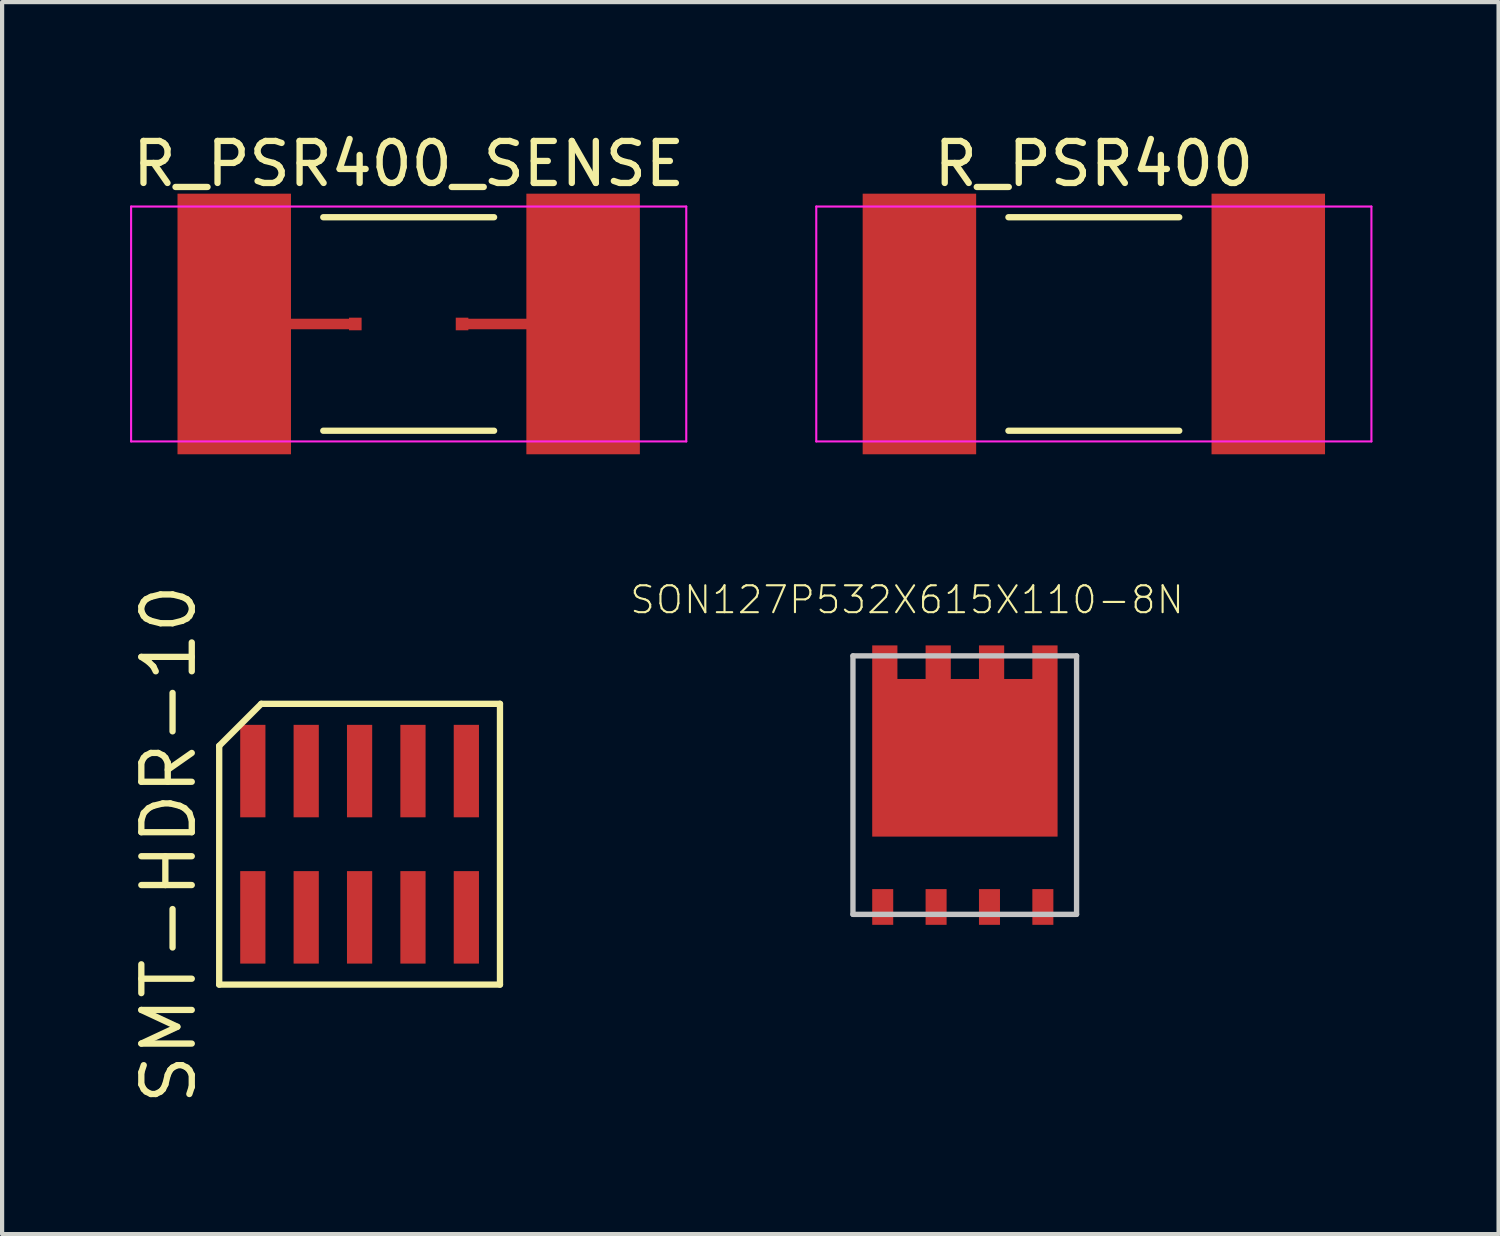
<source format=kicad_pcb>
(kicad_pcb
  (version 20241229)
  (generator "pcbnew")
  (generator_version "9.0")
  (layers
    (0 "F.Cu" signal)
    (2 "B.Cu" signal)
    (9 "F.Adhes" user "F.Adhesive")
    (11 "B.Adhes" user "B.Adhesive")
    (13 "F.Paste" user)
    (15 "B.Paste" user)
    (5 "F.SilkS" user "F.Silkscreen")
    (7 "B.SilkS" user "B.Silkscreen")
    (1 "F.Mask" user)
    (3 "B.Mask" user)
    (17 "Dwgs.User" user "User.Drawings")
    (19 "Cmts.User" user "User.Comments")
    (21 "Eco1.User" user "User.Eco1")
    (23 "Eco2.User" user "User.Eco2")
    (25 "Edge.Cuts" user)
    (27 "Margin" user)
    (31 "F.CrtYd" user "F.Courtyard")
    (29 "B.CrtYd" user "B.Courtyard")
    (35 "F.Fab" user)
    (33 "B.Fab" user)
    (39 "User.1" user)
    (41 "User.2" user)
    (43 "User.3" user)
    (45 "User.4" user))
  (footprint "SON127P532X615X110-8N"
    (layer "F.Cu")
    (at 19.904 15.627)
    (property "Reference" "SON127P532X615X110-8N" (at -1.374 -4.406 0) (layer "F.SilkS") (effects (font (size 0.64 0.64) (thickness 0.05))))
    (attr smd)
    (fp_line (start -2.661 -3.073) (end -2.661 3.077) (stroke (width 0.127) (type solid)) (layer "Dwgs.User"))
    (fp_line (start -2.661 3.077) (end 2.659 3.077) (stroke (width 0.127) (type solid)) (layer "Dwgs.User"))
    (fp_line (start 2.659 -3.073) (end -2.661 -3.073) (stroke (width 0.127) (type solid)) (layer "Dwgs.User"))
    (fp_line (start 2.659 3.077) (end 2.659 -3.073) (stroke (width 0.127) (type solid)) (layer "Dwgs.User"))
    (pad "1" smd rect (at -1.953 2.901) (size 0.5 0.85) (layers "F.Cu" "F.Mask" "F.Paste"))
    (pad "2" smd rect (at -0.683 2.901) (size 0.5 0.85) (layers "F.Cu" "F.Mask" "F.Paste"))
    (pad "3" smd rect (at 0.587 2.901) (size 0.5 0.85) (layers "F.Cu" "F.Mask" "F.Paste"))
    (pad "4" smd rect (at 1.857 2.901) (size 0.5 0.85) (layers "F.Cu" "F.Mask" "F.Paste"))
    (pad "5" smd rect (at 1.907 -2.922) (size 0.6 0.8) (layers "F.Cu" "F.Mask" "F.Paste"))
    (pad "6" smd rect (at 0.637 -2.922) (size 0.6 0.8) (layers "F.Cu" "F.Mask" "F.Paste"))
    (pad "7" smd rect (at -0.633 -2.922) (size 0.6 0.8) (layers "F.Cu" "F.Mask" "F.Paste"))
    (pad "8" smd rect (at -1.903 -2.922) (size 0.6 0.8) (layers "F.Cu" "F.Mask" "F.Paste"))
    (pad "8" smd rect (at 0.002 -0.648) (size 4.41 3.75) (layers "F.Cu" "F.Mask" "F.Paste")))
  (footprint "SMT-HDR-10"
    (layer "F.Cu")
    (at 5.505 17.035)
    (property "Reference" "SMT-HDR-10" (at -4.54 0 90) (layer "F.SilkS") (effects (font (size 1.2 1.2) (thickness 0.15))))
    (attr through_hole)
    (fp_line (start -3.34 -2.34) (end -3.34 3.34) (stroke (width 0.15) (type solid)) (layer "F.SilkS"))
    (fp_line (start -3.34 3.34) (end 3.34 3.34) (stroke (width 0.15) (type solid)) (layer "F.SilkS"))
    (fp_line (start -2.34 -3.34) (end -3.34 -2.34) (stroke (width 0.15) (type solid)) (layer "F.SilkS"))
    (fp_line (start 3.34 -3.34) (end -2.34 -3.34) (stroke (width 0.15) (type solid)) (layer "F.SilkS"))
    (fp_line (start 3.34 3.34) (end 3.34 -3.34) (stroke (width 0.15) (type solid)) (layer "F.SilkS"))
    (pad "1" smd rect (at -2.54 1.74) (size 0.6 2.2) (layers "F.Cu" "F.Mask" "F.Paste"))
    (pad "2" smd rect (at -2.54 -1.74) (size 0.6 2.2) (layers "F.Cu" "F.Mask" "F.Paste"))
    (pad "3" smd rect (at -1.27 1.74) (size 0.6 2.2) (layers "F.Cu" "F.Mask" "F.Paste"))
    (pad "4" smd rect (at -1.27 -1.74) (size 0.6 2.2) (layers "F.Cu" "F.Mask" "F.Paste"))
    (pad "5" smd rect (at 0 1.74) (size 0.6 2.2) (layers "F.Cu" "F.Mask" "F.Paste"))
    (pad "6" smd rect (at 0 -1.74) (size 0.6 2.2) (layers "F.Cu" "F.Mask" "F.Paste"))
    (pad "7" smd rect (at 1.27 1.74) (size 0.6 2.2) (layers "F.Cu" "F.Mask" "F.Paste"))
    (pad "8" smd rect (at 1.27 -1.74) (size 0.6 2.2) (layers "F.Cu" "F.Mask" "F.Paste"))
    (pad "9" smd rect (at 2.54 1.74) (size 0.6 2.2) (layers "F.Cu" "F.Mask" "F.Paste"))
    (pad "10" smd rect (at 2.54 -1.74) (size 0.6 2.2) (layers "F.Cu" "F.Mask" "F.Paste")))
  (footprint "R_PSR400"
    (layer "F.Cu")
    (at 22.974 4.658)
    (property "Reference" "R_PSR400" (at 0 -3.81 0) (layer "F.SilkS") (effects (font (size 1 1) (thickness 0.15))))
    (attr smd)
    (fp_line (start -2.032 -2.54) (end 2.032 -2.54) (stroke (width 0.15) (type solid)) (layer "F.SilkS"))
    (fp_line (start -2.032 2.54) (end 2.032 2.54) (stroke (width 0.15) (type solid)) (layer "F.SilkS"))
    (fp_line (start -6.604 -2.794) (end 6.604 -2.794) (stroke (width 0.05) (type solid)) (layer "F.CrtYd"))
    (fp_line (start -6.604 2.794) (end -6.604 -2.794) (stroke (width 0.05) (type solid)) (layer "F.CrtYd"))
    (fp_line (start 6.604 -2.794) (end 6.604 2.794) (stroke (width 0.05) (type solid)) (layer "F.CrtYd"))
    (fp_line (start 6.604 2.794) (end -6.604 2.794) (stroke (width 0.05) (type solid)) (layer "F.CrtYd"))
    (pad "1" smd rect (at -4.15 0) (size 2.7 6.2) (layers "F.Cu" "F.Mask" "F.Paste"))
    (pad "2" smd rect (at 4.15 0) (size 2.7 6.2) (layers "F.Cu" "F.Mask" "F.Paste")))
  (footprint "R_PSR400_SENSE"
    (layer "F.Cu")
    (at 6.673 4.658)
    (property "Reference" "R_PSR400_SENSE" (at 0 -3.81 0) (layer "F.SilkS") (effects (font (size 1 1) (thickness 0.15))))
    (attr smd)
    (fp_line (start -1.27 0) (end -3.81 0) (stroke (width 0.25) (type solid)) (layer "F.Cu"))
    (fp_line (start 1.27 0) (end 3.81 0) (stroke (width 0.25) (type solid)) (layer "F.Cu"))
    (fp_line (start -2.032 -2.54) (end 2.032 -2.54) (stroke (width 0.15) (type solid)) (layer "F.SilkS"))
    (fp_line (start -2.032 2.54) (end 2.032 2.54) (stroke (width 0.15) (type solid)) (layer "F.SilkS"))
    (fp_line (start -6.604 -2.794) (end 6.604 -2.794) (stroke (width 0.05) (type solid)) (layer "F.CrtYd"))
    (fp_line (start -6.604 2.794) (end -6.604 -2.794) (stroke (width 0.05) (type solid)) (layer "F.CrtYd"))
    (fp_line (start 6.604 -2.794) (end 6.604 2.794) (stroke (width 0.05) (type solid)) (layer "F.CrtYd"))
    (fp_line (start 6.604 2.794) (end -6.604 2.794) (stroke (width 0.05) (type solid)) (layer "F.CrtYd"))
    (pad "1" smd rect (at -4.15 0) (size 2.7 6.2) (layers "F.Cu" "F.Mask" "F.Paste"))
    (pad "2" connect rect (at -1.27 0) (size 0.3 0.3) (layers "F.Cu"))
    (pad "3" smd rect (at 1.27 0) (size 0.3 0.3) (layers "F.Cu"))
    (pad "4" smd rect (at 4.15 0) (size 2.7 6.2) (layers "F.Cu" "F.Mask" "F.Paste")))
  (gr_rect
    (start -3 -3)
    (end 32.603 26.311)
    (stroke (width 0.1) (type default))
    (fill no)
    (layer "Edge.Cuts")))
</source>
